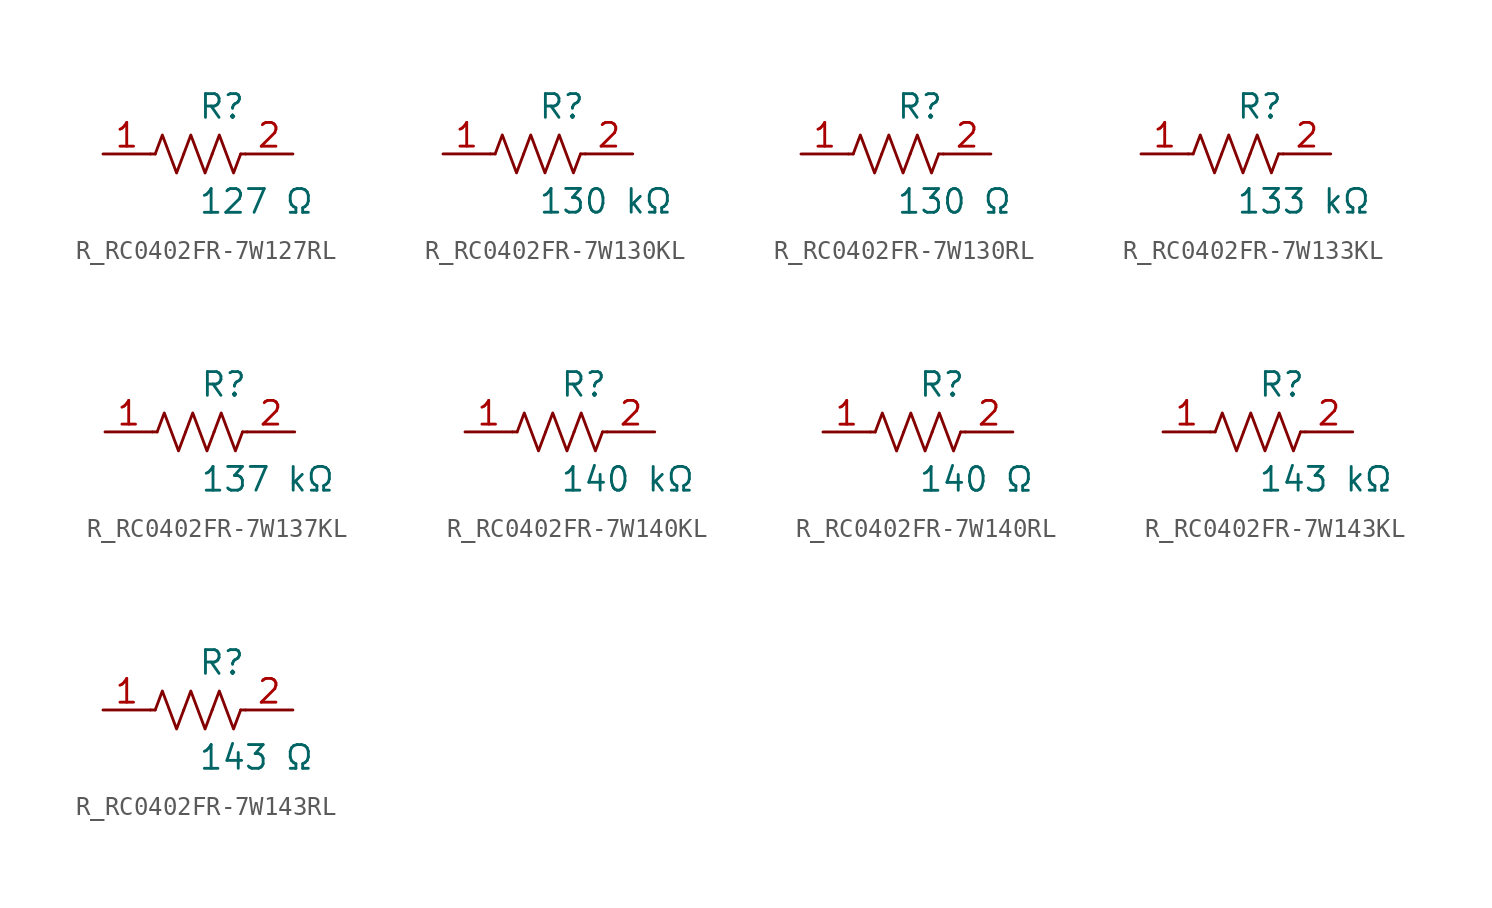
<source format=kicad_sym>
(kicad_symbol_lib
  (version 20231120)
  (generator kicad_symbol_editor)
  (generator_version 8.0)
  (symbol "R_RC0402FR-7W127RL"
    (pin_names
      (offset 0.254))
    (property "Reference" "R"
      (at 0 2.54 0)
      (effects (font (size 1.27 1.27)) (justify left)))
    (property "Value" "127 Ω"
      (at 0 -2.54 0)
      (effects (font (size 1.27 1.27)) (justify left)))
    (symbol "R_RC0402FR-7W127RL_0_1"
      (polyline (pts (xy 2.286 0) (xy 2.54 0)) (stroke (width 0) (type default)) (fill (type none)))
      (polyline (pts (xy -2.286 0) (xy -2.54 0)) (stroke (width 0) (type default)) (fill (type none)))
      (polyline (pts (xy 0.762 0) (xy 1.143 1.016) (xy 1.524 0) (xy 1.905 -1.016) (xy 2.286 0)) (stroke (width 0) (type default)) (fill (type none)))
      (polyline (pts (xy -0.762 0) (xy -0.381 1.016) (xy 0 0) (xy 0.381 -1.016) (xy 0.762 0)) (stroke (width 0) (type default)) (fill (type none)))
      (polyline (pts (xy -2.286 0) (xy -1.905 1.016) (xy -1.524 0) (xy -1.143 -1.016) (xy -0.762 0)) (stroke (width 0) (type default)) (fill (type none))))
    (pin passive line
      (at -5.08 0 0)
      (length 2.54)
      (name "" (effects (font (size 1.27 1.27))))
      (number "1" (effects (font (size 1.27 1.27)))))
    (pin passive line
      (at 5.08 0 180)
      (length 2.54)
      (name "" (effects (font (size 1.27 1.27))))
      (number "2" (effects (font (size 1.27 1.27))))))
  (symbol "R_RC0402FR-7W130KL"
    (pin_names
      (offset 0.254))
    (property "Reference" "R"
      (at 0 2.54 0)
      (effects (font (size 1.27 1.27)) (justify left)))
    (property "Value" "130 kΩ"
      (at 0 -2.54 0)
      (effects (font (size 1.27 1.27)) (justify left)))
    (symbol "R_RC0402FR-7W130KL_0_1"
      (polyline (pts (xy 2.286 0) (xy 2.54 0)) (stroke (width 0) (type default)) (fill (type none)))
      (polyline (pts (xy -2.286 0) (xy -2.54 0)) (stroke (width 0) (type default)) (fill (type none)))
      (polyline (pts (xy 0.762 0) (xy 1.143 1.016) (xy 1.524 0) (xy 1.905 -1.016) (xy 2.286 0)) (stroke (width 0) (type default)) (fill (type none)))
      (polyline (pts (xy -0.762 0) (xy -0.381 1.016) (xy 0 0) (xy 0.381 -1.016) (xy 0.762 0)) (stroke (width 0) (type default)) (fill (type none)))
      (polyline (pts (xy -2.286 0) (xy -1.905 1.016) (xy -1.524 0) (xy -1.143 -1.016) (xy -0.762 0)) (stroke (width 0) (type default)) (fill (type none))))
    (pin passive line
      (at -5.08 0 0)
      (length 2.54)
      (name "" (effects (font (size 1.27 1.27))))
      (number "1" (effects (font (size 1.27 1.27)))))
    (pin passive line
      (at 5.08 0 180)
      (length 2.54)
      (name "" (effects (font (size 1.27 1.27))))
      (number "2" (effects (font (size 1.27 1.27))))))
  (symbol "R_RC0402FR-7W130RL"
    (pin_names
      (offset 0.254))
    (property "Reference" "R"
      (at 0 2.54 0)
      (effects (font (size 1.27 1.27)) (justify left)))
    (property "Value" "130 Ω"
      (at 0 -2.54 0)
      (effects (font (size 1.27 1.27)) (justify left)))
    (symbol "R_RC0402FR-7W130RL_0_1"
      (polyline (pts (xy 2.286 0) (xy 2.54 0)) (stroke (width 0) (type default)) (fill (type none)))
      (polyline (pts (xy -2.286 0) (xy -2.54 0)) (stroke (width 0) (type default)) (fill (type none)))
      (polyline (pts (xy 0.762 0) (xy 1.143 1.016) (xy 1.524 0) (xy 1.905 -1.016) (xy 2.286 0)) (stroke (width 0) (type default)) (fill (type none)))
      (polyline (pts (xy -0.762 0) (xy -0.381 1.016) (xy 0 0) (xy 0.381 -1.016) (xy 0.762 0)) (stroke (width 0) (type default)) (fill (type none)))
      (polyline (pts (xy -2.286 0) (xy -1.905 1.016) (xy -1.524 0) (xy -1.143 -1.016) (xy -0.762 0)) (stroke (width 0) (type default)) (fill (type none))))
    (pin passive line
      (at -5.08 0 0)
      (length 2.54)
      (name "" (effects (font (size 1.27 1.27))))
      (number "1" (effects (font (size 1.27 1.27)))))
    (pin passive line
      (at 5.08 0 180)
      (length 2.54)
      (name "" (effects (font (size 1.27 1.27))))
      (number "2" (effects (font (size 1.27 1.27))))))
  (symbol "R_RC0402FR-7W133KL"
    (pin_names
      (offset 0.254))
    (property "Reference" "R"
      (at 0 2.54 0)
      (effects (font (size 1.27 1.27)) (justify left)))
    (property "Value" "133 kΩ"
      (at 0 -2.54 0)
      (effects (font (size 1.27 1.27)) (justify left)))
    (symbol "R_RC0402FR-7W133KL_0_1"
      (polyline (pts (xy 2.286 0) (xy 2.54 0)) (stroke (width 0) (type default)) (fill (type none)))
      (polyline (pts (xy -2.286 0) (xy -2.54 0)) (stroke (width 0) (type default)) (fill (type none)))
      (polyline (pts (xy 0.762 0) (xy 1.143 1.016) (xy 1.524 0) (xy 1.905 -1.016) (xy 2.286 0)) (stroke (width 0) (type default)) (fill (type none)))
      (polyline (pts (xy -0.762 0) (xy -0.381 1.016) (xy 0 0) (xy 0.381 -1.016) (xy 0.762 0)) (stroke (width 0) (type default)) (fill (type none)))
      (polyline (pts (xy -2.286 0) (xy -1.905 1.016) (xy -1.524 0) (xy -1.143 -1.016) (xy -0.762 0)) (stroke (width 0) (type default)) (fill (type none))))
    (pin passive line
      (at -5.08 0 0)
      (length 2.54)
      (name "" (effects (font (size 1.27 1.27))))
      (number "1" (effects (font (size 1.27 1.27)))))
    (pin passive line
      (at 5.08 0 180)
      (length 2.54)
      (name "" (effects (font (size 1.27 1.27))))
      (number "2" (effects (font (size 1.27 1.27))))))
  (symbol "R_RC0402FR-7W137KL"
    (pin_names
      (offset 0.254))
    (property "Reference" "R"
      (at 0 2.54 0)
      (effects (font (size 1.27 1.27)) (justify left)))
    (property "Value" "137 kΩ"
      (at 0 -2.54 0)
      (effects (font (size 1.27 1.27)) (justify left)))
    (symbol "R_RC0402FR-7W137KL_0_1"
      (polyline (pts (xy 2.286 0) (xy 2.54 0)) (stroke (width 0) (type default)) (fill (type none)))
      (polyline (pts (xy -2.286 0) (xy -2.54 0)) (stroke (width 0) (type default)) (fill (type none)))
      (polyline (pts (xy 0.762 0) (xy 1.143 1.016) (xy 1.524 0) (xy 1.905 -1.016) (xy 2.286 0)) (stroke (width 0) (type default)) (fill (type none)))
      (polyline (pts (xy -0.762 0) (xy -0.381 1.016) (xy 0 0) (xy 0.381 -1.016) (xy 0.762 0)) (stroke (width 0) (type default)) (fill (type none)))
      (polyline (pts (xy -2.286 0) (xy -1.905 1.016) (xy -1.524 0) (xy -1.143 -1.016) (xy -0.762 0)) (stroke (width 0) (type default)) (fill (type none))))
    (pin passive line
      (at -5.08 0 0)
      (length 2.54)
      (name "" (effects (font (size 1.27 1.27))))
      (number "1" (effects (font (size 1.27 1.27)))))
    (pin passive line
      (at 5.08 0 180)
      (length 2.54)
      (name "" (effects (font (size 1.27 1.27))))
      (number "2" (effects (font (size 1.27 1.27))))))
  (symbol "R_RC0402FR-7W140KL"
    (pin_names
      (offset 0.254))
    (property "Reference" "R"
      (at 0 2.54 0)
      (effects (font (size 1.27 1.27)) (justify left)))
    (property "Value" "140 kΩ"
      (at 0 -2.54 0)
      (effects (font (size 1.27 1.27)) (justify left)))
    (symbol "R_RC0402FR-7W140KL_0_1"
      (polyline (pts (xy 2.286 0) (xy 2.54 0)) (stroke (width 0) (type default)) (fill (type none)))
      (polyline (pts (xy -2.286 0) (xy -2.54 0)) (stroke (width 0) (type default)) (fill (type none)))
      (polyline (pts (xy 0.762 0) (xy 1.143 1.016) (xy 1.524 0) (xy 1.905 -1.016) (xy 2.286 0)) (stroke (width 0) (type default)) (fill (type none)))
      (polyline (pts (xy -0.762 0) (xy -0.381 1.016) (xy 0 0) (xy 0.381 -1.016) (xy 0.762 0)) (stroke (width 0) (type default)) (fill (type none)))
      (polyline (pts (xy -2.286 0) (xy -1.905 1.016) (xy -1.524 0) (xy -1.143 -1.016) (xy -0.762 0)) (stroke (width 0) (type default)) (fill (type none))))
    (pin passive line
      (at -5.08 0 0)
      (length 2.54)
      (name "" (effects (font (size 1.27 1.27))))
      (number "1" (effects (font (size 1.27 1.27)))))
    (pin passive line
      (at 5.08 0 180)
      (length 2.54)
      (name "" (effects (font (size 1.27 1.27))))
      (number "2" (effects (font (size 1.27 1.27))))))
  (symbol "R_RC0402FR-7W140RL"
    (pin_names
      (offset 0.254))
    (property "Reference" "R"
      (at 0 2.54 0)
      (effects (font (size 1.27 1.27)) (justify left)))
    (property "Value" "140 Ω"
      (at 0 -2.54 0)
      (effects (font (size 1.27 1.27)) (justify left)))
    (symbol "R_RC0402FR-7W140RL_0_1"
      (polyline (pts (xy 2.286 0) (xy 2.54 0)) (stroke (width 0) (type default)) (fill (type none)))
      (polyline (pts (xy -2.286 0) (xy -2.54 0)) (stroke (width 0) (type default)) (fill (type none)))
      (polyline (pts (xy 0.762 0) (xy 1.143 1.016) (xy 1.524 0) (xy 1.905 -1.016) (xy 2.286 0)) (stroke (width 0) (type default)) (fill (type none)))
      (polyline (pts (xy -0.762 0) (xy -0.381 1.016) (xy 0 0) (xy 0.381 -1.016) (xy 0.762 0)) (stroke (width 0) (type default)) (fill (type none)))
      (polyline (pts (xy -2.286 0) (xy -1.905 1.016) (xy -1.524 0) (xy -1.143 -1.016) (xy -0.762 0)) (stroke (width 0) (type default)) (fill (type none))))
    (pin passive line
      (at -5.08 0 0)
      (length 2.54)
      (name "" (effects (font (size 1.27 1.27))))
      (number "1" (effects (font (size 1.27 1.27)))))
    (pin passive line
      (at 5.08 0 180)
      (length 2.54)
      (name "" (effects (font (size 1.27 1.27))))
      (number "2" (effects (font (size 1.27 1.27))))))
  (symbol "R_RC0402FR-7W143KL"
    (pin_names
      (offset 0.254))
    (property "Reference" "R"
      (at 0 2.54 0)
      (effects (font (size 1.27 1.27)) (justify left)))
    (property "Value" "143 kΩ"
      (at 0 -2.54 0)
      (effects (font (size 1.27 1.27)) (justify left)))
    (symbol "R_RC0402FR-7W143KL_0_1"
      (polyline (pts (xy 2.286 0) (xy 2.54 0)) (stroke (width 0) (type default)) (fill (type none)))
      (polyline (pts (xy -2.286 0) (xy -2.54 0)) (stroke (width 0) (type default)) (fill (type none)))
      (polyline (pts (xy 0.762 0) (xy 1.143 1.016) (xy 1.524 0) (xy 1.905 -1.016) (xy 2.286 0)) (stroke (width 0) (type default)) (fill (type none)))
      (polyline (pts (xy -0.762 0) (xy -0.381 1.016) (xy 0 0) (xy 0.381 -1.016) (xy 0.762 0)) (stroke (width 0) (type default)) (fill (type none)))
      (polyline (pts (xy -2.286 0) (xy -1.905 1.016) (xy -1.524 0) (xy -1.143 -1.016) (xy -0.762 0)) (stroke (width 0) (type default)) (fill (type none))))
    (pin passive line
      (at -5.08 0 0)
      (length 2.54)
      (name "" (effects (font (size 1.27 1.27))))
      (number "1" (effects (font (size 1.27 1.27)))))
    (pin passive line
      (at 5.08 0 180)
      (length 2.54)
      (name "" (effects (font (size 1.27 1.27))))
      (number "2" (effects (font (size 1.27 1.27))))))
  (symbol "R_RC0402FR-7W143RL"
    (pin_names
      (offset 0.254))
    (property "Reference" "R"
      (at 0 2.54 0)
      (effects (font (size 1.27 1.27)) (justify left)))
    (property "Value" "143 Ω"
      (at 0 -2.54 0)
      (effects (font (size 1.27 1.27)) (justify left)))
    (symbol "R_RC0402FR-7W143RL_0_1"
      (polyline (pts (xy 2.286 0) (xy 2.54 0)) (stroke (width 0) (type default)) (fill (type none)))
      (polyline (pts (xy -2.286 0) (xy -2.54 0)) (stroke (width 0) (type default)) (fill (type none)))
      (polyline (pts (xy 0.762 0) (xy 1.143 1.016) (xy 1.524 0) (xy 1.905 -1.016) (xy 2.286 0)) (stroke (width 0) (type default)) (fill (type none)))
      (polyline (pts (xy -0.762 0) (xy -0.381 1.016) (xy 0 0) (xy 0.381 -1.016) (xy 0.762 0)) (stroke (width 0) (type default)) (fill (type none)))
      (polyline (pts (xy -2.286 0) (xy -1.905 1.016) (xy -1.524 0) (xy -1.143 -1.016) (xy -0.762 0)) (stroke (width 0) (type default)) (fill (type none))))
    (pin passive line
      (at -5.08 0 0)
      (length 2.54)
      (name "" (effects (font (size 1.27 1.27))))
      (number "1" (effects (font (size 1.27 1.27)))))
    (pin passive line
      (at 5.08 0 180)
      (length 2.54)
      (name "" (effects (font (size 1.27 1.27))))
      (number "2" (effects (font (size 1.27 1.27)))))))
</source>
